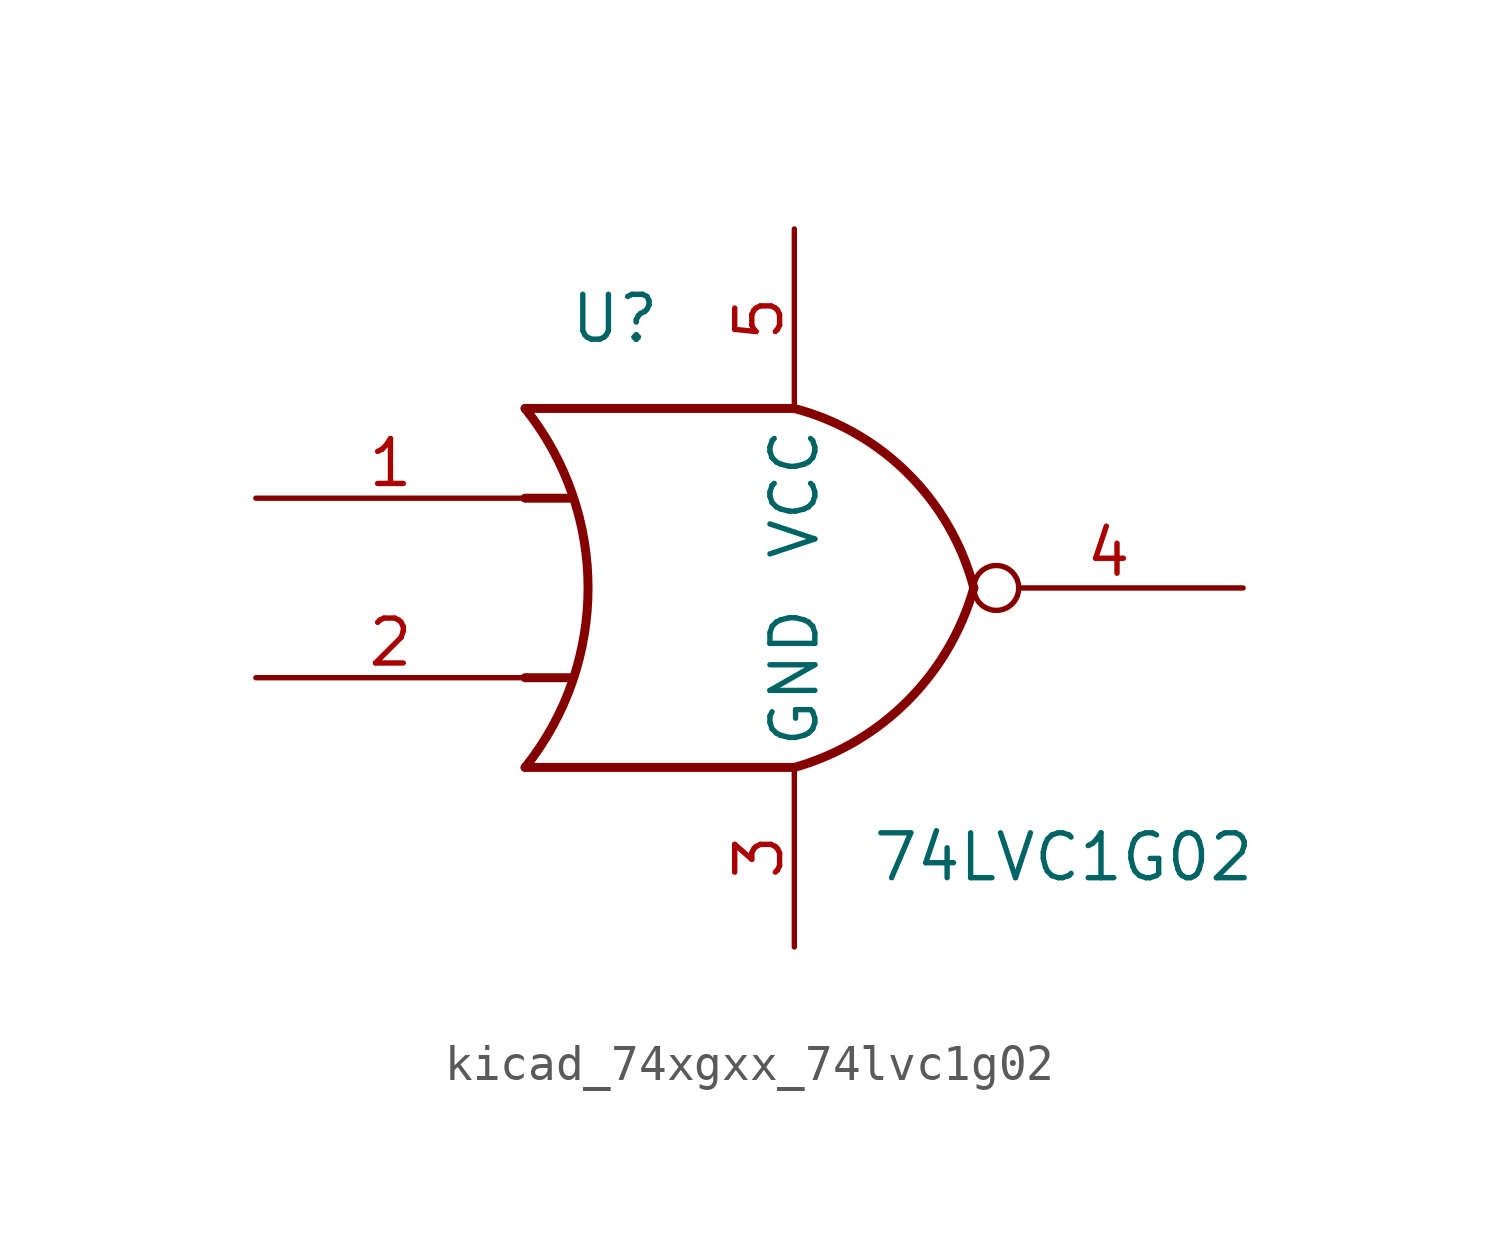
<source format=kicad_sym>
(kicad_symbol_lib
  (version 20220914)
  (generator kicad_symbol_editor)
  (symbol "kicad_74xgxx_74lvc1g02"
    (property "Reference" "U"
      (at -5.08 7.62 0)
      (effects (font (size 1.27 1.27))))
    (property "Value" "74LVC1G02"
      (at 7.62 -7.62 0)
      (effects (font (size 1.27 1.27))))
    (symbol "kicad_74xgxx_74lvc1g02_0_1"
      (arc (start -7.62 -5.08) (mid -5.838 0) (end -7.62 5.08) (stroke (width 0.254) (type default)) (fill (type none)))
      (arc (start 0 -5.08) (mid 3.1986 -3.2054) (end 5.08 0) (stroke (width 0.254) (type default)) (fill (type none)))
      (polyline (pts (xy -7.62 -2.54) (xy -6.35 -2.54)) (stroke (width 0.254) (type default)) (fill (type background)))
      (polyline (pts (xy -7.62 2.54) (xy -6.35 2.54)) (stroke (width 0.254) (type default)) (fill (type background)))
      (polyline (pts (xy 0 -5.08) (xy -7.62 -5.08)) (stroke (width 0.254) (type default)) (fill (type background)))
      (polyline (pts (xy 0 5.08) (xy -7.62 5.08)) (stroke (width 0.254) (type default)) (fill (type background)))
      (arc (start 5.08 0) (mid 3.2238 3.2304) (end 0 5.08) (stroke (width 0.254) (type default)) (fill (type none))))
    (symbol "kicad_74xgxx_74lvc1g02_1_1"
      (pin input line (at -15.24 2.54 0) (length 7.62) (name "~" (effects (font (size 1.27 1.27)))) (number "1" (effects (font (size 1.27 1.27)))))
      (pin input line (at -15.24 -2.54 0) (length 7.62) (name "~" (effects (font (size 1.27 1.27)))) (number "2" (effects (font (size 1.27 1.27)))))
      (pin power_in line (at 0 -10.16 90) (length 5.08) (name "GND" (effects (font (size 1.27 1.27)))) (number "3" (effects (font (size 1.27 1.27)))))
      (pin output inverted (at 12.7 0 180) (length 7.62) (name "~" (effects (font (size 1.27 1.27)))) (number "4" (effects (font (size 1.27 1.27)))))
      (pin power_in line (at 0 10.16 270) (length 5.08) (name "VCC" (effects (font (size 1.27 1.27)))) (number "5" (effects (font (size 1.27 1.27))))))))
</source>
